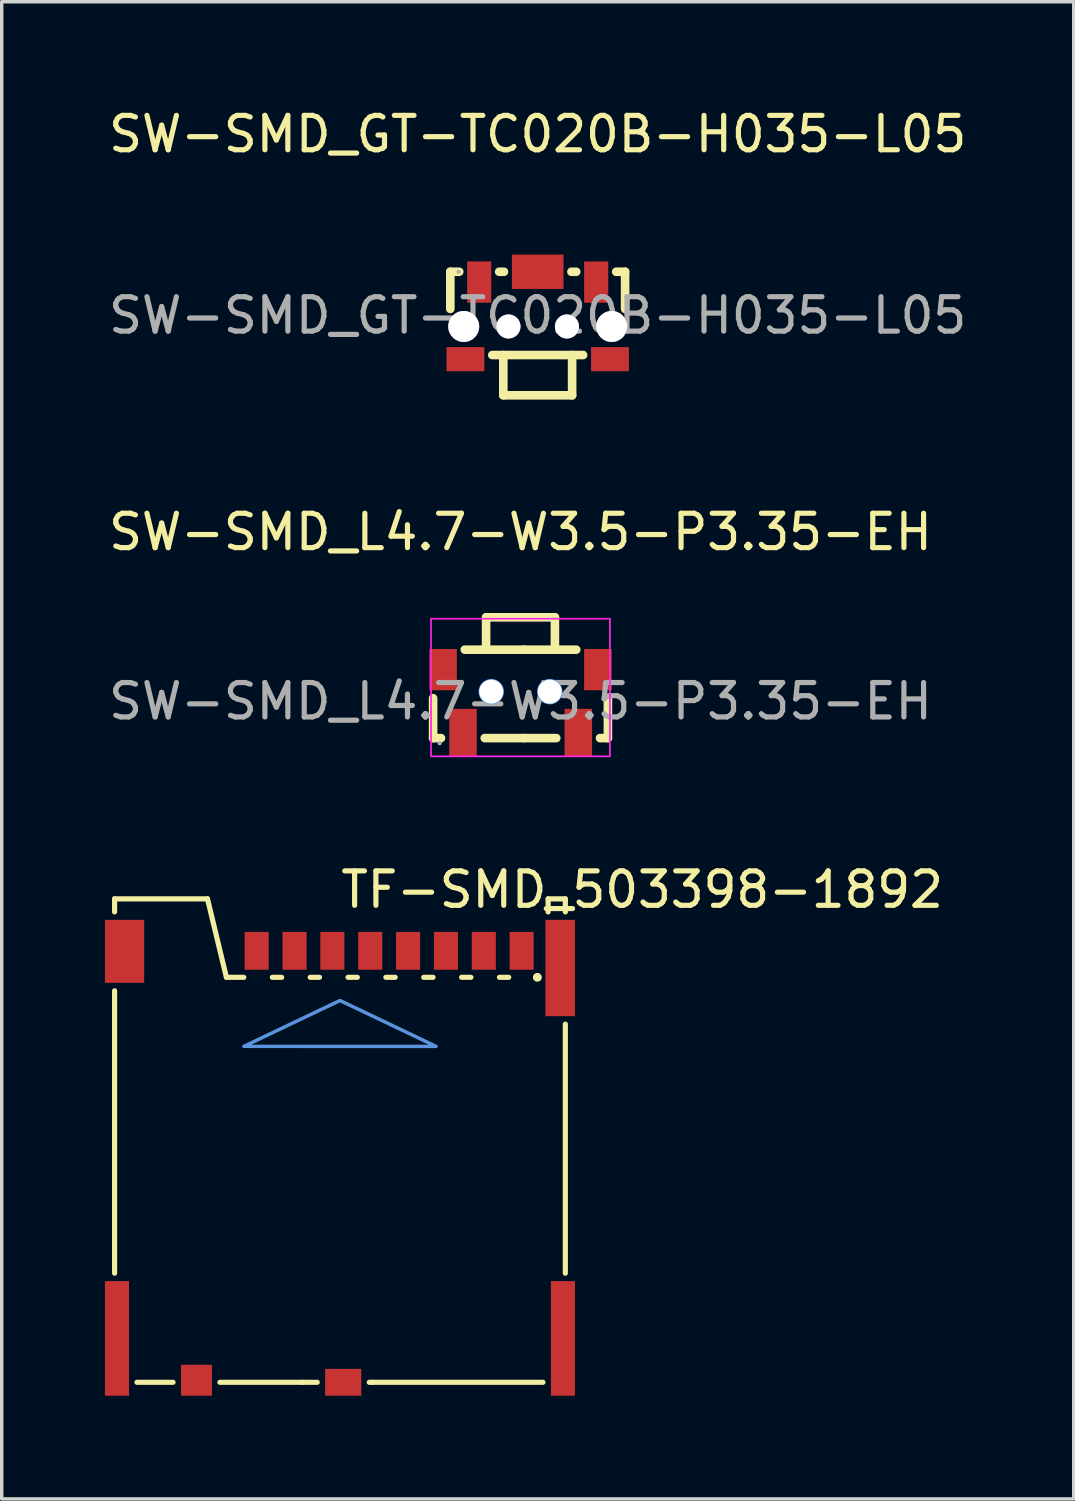
<source format=kicad_pcb>
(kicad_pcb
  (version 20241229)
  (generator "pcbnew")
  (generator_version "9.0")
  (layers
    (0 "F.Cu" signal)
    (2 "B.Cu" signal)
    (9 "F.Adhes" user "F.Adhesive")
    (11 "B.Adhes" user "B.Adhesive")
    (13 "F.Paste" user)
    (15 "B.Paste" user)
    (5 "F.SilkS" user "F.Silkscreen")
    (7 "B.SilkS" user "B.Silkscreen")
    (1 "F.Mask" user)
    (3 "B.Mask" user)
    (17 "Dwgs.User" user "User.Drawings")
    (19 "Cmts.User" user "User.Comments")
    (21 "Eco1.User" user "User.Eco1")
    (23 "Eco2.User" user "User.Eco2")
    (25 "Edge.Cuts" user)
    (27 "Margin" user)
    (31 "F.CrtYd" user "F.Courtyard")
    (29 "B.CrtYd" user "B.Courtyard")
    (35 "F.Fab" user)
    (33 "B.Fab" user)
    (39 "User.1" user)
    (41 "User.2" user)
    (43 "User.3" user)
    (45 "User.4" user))
  (footprint "SW-SMD_L4.7-W3.5-P3.35-EH"
    (layer "F.Cu")
    (at 12.077 17.331)
    (property "Reference" "SW-SMD_L4.7-W3.5-P3.35-EH" (at 0 -4.92 0) (layer "F.SilkS") (effects (font (size 1 1) (thickness 0.15))))
    (attr smd)
    (fp_line (start -2.54 1.07) (end -2.54 -0.09) (stroke (width 0.25) (type solid)) (layer "F.SilkS"))
    (fp_line (start -2.31 1.07) (end -2.54 1.07) (stroke (width 0.25) (type solid)) (layer "F.SilkS"))
    (fp_line (start -1 -2.44) (end -1 -1.5) (stroke (width 0.25) (type solid)) (layer "F.SilkS"))
    (fp_line (start -1 -2.44) (end 1 -2.44) (stroke (width 0.25) (type solid)) (layer "F.SilkS"))
    (fp_line (start 0.09 -1.5) (end -1.62 -1.5) (stroke (width 0.25) (type solid)) (layer "F.SilkS"))
    (fp_line (start 0.09 -1.5) (end 1.62 -1.5) (stroke (width 0.25) (type solid)) (layer "F.SilkS"))
    (fp_line (start 0.09 1.07) (end -1.04 1.07) (stroke (width 0.25) (type solid)) (layer "F.SilkS"))
    (fp_line (start 0.09 1.07) (end 1.04 1.07) (stroke (width 0.25) (type solid)) (layer "F.SilkS"))
    (fp_line (start 1 -2.44) (end 1 -1.52) (stroke (width 0.25) (type solid)) (layer "F.SilkS"))
    (fp_line (start 2.31 1.07) (end 2.54 1.07) (stroke (width 0.25) (type solid)) (layer "F.SilkS"))
    (fp_line (start 2.54 1.07) (end 2.54 -0.09) (stroke (width 0.25) (type solid)) (layer "F.SilkS"))
    (fp_circle (center -0.85 -0.28) (end -0.73 -0.28) (stroke (width 0.25) (type solid)) (fill no) (layer "Cmts.User"))
    (fp_circle (center 0.85 -0.28) (end 0.97 -0.28) (stroke (width 0.25) (type solid)) (fill no) (layer "Cmts.User"))
    (fp_rect (start -2.6 -2.4) (end 2.6 1.6) (stroke (width 0.05) (type default)) (fill no) (layer "F.CrtYd"))
    (fp_circle (center -2.35 1.22) (end -2.32 1.22) (stroke (width 0.06) (type solid)) (fill no) (layer "F.Fab"))
    (fp_text user "${REFERENCE}" (at 0 0 0) (layer "F.Fab") (effects (font (size 1 1) (thickness 0.15))))
    (pad "" smd rect (at -2.25 -0.92) (size 0.8 1.2) (layers "F.Cu" "F.Mask" "F.Paste"))
    (pad "" np_thru_hole circle (at -0.85 -0.28) (size 0.7 0.7) (drill 0.7) (layers "*.Cu" "*.Mask"))
    (pad "" np_thru_hole circle (at 0.85 -0.28) (size 0.7 0.7) (drill 0.7) (layers "*.Cu" "*.Mask"))
    (pad "" smd rect (at 2.25 -0.92) (size 0.8 1.2) (layers "F.Cu" "F.Mask" "F.Paste"))
    (pad "1" smd rect (at -1.67 0.92) (size 0.8 1.4) (layers "F.Cu" "F.Mask" "F.Paste"))
    (pad "2" smd rect (at 1.68 0.92) (size 0.8 1.4) (layers "F.Cu" "F.Mask" "F.Paste")))
  (footprint "SW-SMD_GT-TC020B-H035-L05"
    (layer "F.Cu")
    (at 12.577 6.118)
    (property "Reference" "SW-SMD_GT-TC020B-H035-L05" (at 0 -5.27 0) (layer "F.SilkS") (effects (font (size 1 1) (thickness 0.15))))
    (attr through_hole)
    (fp_line (start -2.54 -1.27) (end -2.54 -0.19) (stroke (width 0.25) (type solid)) (layer "F.SilkS"))
    (fp_line (start -2.28 -1.27) (end -2.54 -1.27) (stroke (width 0.25) (type solid)) (layer "F.SilkS"))
    (fp_line (start -1 2.32) (end -1 1.15) (stroke (width 0.25) (type solid)) (layer "F.SilkS"))
    (fp_line (start -0.98 -1.27) (end -1.12 -1.27) (stroke (width 0.25) (type solid)) (layer "F.SilkS"))
    (fp_line (start 1 2.32) (end -1 2.32) (stroke (width 0.25) (type solid)) (layer "F.SilkS"))
    (fp_line (start 1 2.32) (end 1 1.15) (stroke (width 0.25) (type solid)) (layer "F.SilkS"))
    (fp_line (start 1.12 -1.27) (end 0.98 -1.27) (stroke (width 0.25) (type solid)) (layer "F.SilkS"))
    (fp_line (start 1.32 1.15) (end -1.32 1.15) (stroke (width 0.25) (type solid)) (layer "F.SilkS"))
    (fp_line (start 2.28 -1.27) (end 2.54 -1.27) (stroke (width 0.25) (type solid)) (layer "F.SilkS"))
    (fp_line (start 2.54 -1.27) (end 2.54 -0.19) (stroke (width 0.25) (type solid)) (layer "F.SilkS"))
    (fp_circle (center -0.85 0.32) (end -0.7 0.32) (stroke (width 0.3) (type solid)) (fill no) (layer "Cmts.User"))
    (fp_circle (center 0.85 0.32) (end 1 0.32) (stroke (width 0.3) (type solid)) (fill no) (layer "Cmts.User"))
    (fp_circle (center -2.3 -1.27) (end -2.27 -1.27) (stroke (width 0.06) (type solid)) (fill no) (layer "F.Fab"))
    (fp_text user "${REFERENCE}" (at 0 0 0) (layer "F.Fab") (effects (font (size 1 1) (thickness 0.15))))
    (pad "" thru_hole circle (at -2.15 0.32) (size 0.9 0.9) (drill 0.9) (layers "*.Cu" "*.Mask"))
    (pad "" thru_hole circle (at -0.85 0.32) (size 0.7 0.7) (drill 0.7) (layers "*.Cu" "*.Mask"))
    (pad "" thru_hole circle (at 0.85 0.32) (size 0.7 0.7) (drill 0.7) (layers "*.Cu" "*.Mask"))
    (pad "" thru_hole circle (at 2.15 0.32) (size 0.9 0.9) (drill 0.9) (layers "*.Cu" "*.Mask"))
    (pad "1" smd rect (at -1.7 -0.97) (size 0.7 1.2) (layers "F.Cu" "F.Mask" "F.Paste"))
    (pad "2" smd rect (at 1.7 -0.97) (size 0.7 1.2) (layers "F.Cu" "F.Mask" "F.Paste"))
    (pad "3" smd rect (at 0 -1.27) (size 1.5 1) (layers "F.Cu" "F.Mask" "F.Paste"))
    (pad "4" smd rect (at -2.1 1.27) (size 1.1 0.7) (layers "F.Cu" "F.Mask" "F.Paste"))
    (pad "4" smd rect (at 2.1 1.27) (size 1.1 0.7) (layers "F.Cu" "F.Mask" "F.Paste")))
  (footprint "TF-SMD_503398-1892"
    (layer "F.Cu")
    (at 6.83 30.853)
    (property "Reference" "TF-SMD_503398-1892" (at -0.054 -8.048 0) (layer "F.SilkS") (effects (font (size 1 1) (thickness 0.15)) (justify left)))
    (attr smd)
    (fp_line (start -6.55 -7.78) (end -6.55 -7.401) (stroke (width 0.15) (type solid)) (layer "F.SilkS"))
    (fp_line (start -6.55 -7.78) (end -3.85 -7.78) (stroke (width 0.15) (type solid)) (layer "F.SilkS"))
    (fp_line (start -6.55 -5.109) (end -6.55 3.099) (stroke (width 0.15) (type solid)) (layer "F.SilkS"))
    (fp_line (start -4.851 6.27) (end -5.899 6.27) (stroke (width 0.15) (type solid)) (layer "F.SilkS"))
    (fp_line (start -3.85 -7.78) (end -3.3 -5.5) (stroke (width 0.15) (type solid)) (layer "F.SilkS"))
    (fp_line (start -3.3 -5.5) (end -2.795 -5.5) (stroke (width 0.15) (type solid)) (layer "F.SilkS"))
    (fp_line (start -1.965 -5.5) (end -1.695 -5.5) (stroke (width 0.15) (type solid)) (layer "F.SilkS"))
    (fp_line (start -1.1 6.27) (end -3.489 6.27) (stroke (width 0.15) (type solid)) (layer "F.SilkS"))
    (fp_line (start -0.865 -5.5) (end -0.595 -5.5) (stroke (width 0.15) (type solid)) (layer "F.SilkS"))
    (fp_line (start -0.661 6.27) (end -1.1 6.27) (stroke (width 0.15) (type solid)) (layer "F.SilkS"))
    (fp_line (start 0.235 -5.5) (end 0.505 -5.5) (stroke (width 0.15) (type solid)) (layer "F.SilkS"))
    (fp_line (start 0.935 6.27) (end 0.851 6.27) (stroke (width 0.15) (type solid)) (layer "F.SilkS"))
    (fp_line (start 0.935 6.27) (end 5.899 6.27) (stroke (width 0.15) (type solid)) (layer "F.SilkS"))
    (fp_line (start 1.335 -5.5) (end 1.605 -5.5) (stroke (width 0.15) (type solid)) (layer "F.SilkS"))
    (fp_line (start 2.435 -5.5) (end 2.705 -5.5) (stroke (width 0.15) (type solid)) (layer "F.SilkS"))
    (fp_line (start 3.535 -5.5) (end 3.805 -5.5) (stroke (width 0.15) (type solid)) (layer "F.SilkS"))
    (fp_line (start 4.635 -5.5) (end 4.905 -5.5) (stroke (width 0.15) (type solid)) (layer "F.SilkS"))
    (fp_line (start 5.735 -5.5) (end 5.739 -5.5) (stroke (width 0.254) (type solid)) (layer "F.SilkS"))
    (fp_line (start 6.05 -7.78) (end 6.05 -7.401) (stroke (width 0.15) (type solid)) (layer "F.SilkS"))
    (fp_line (start 6.55 -7.78) (end 6.05 -7.78) (stroke (width 0.15) (type solid)) (layer "F.SilkS"))
    (fp_line (start 6.55 -7.78) (end 6.55 -7.401) (stroke (width 0.15) (type solid)) (layer "F.SilkS"))
    (fp_line (start 6.55 -4.139) (end 6.55 3.099) (stroke (width 0.15) (type solid)) (layer "F.SilkS"))
    (fp_poly (pts (xy 2.794 -3.492) (xy -2.794 -3.493) (xy 0 -4.826)) (stroke (width 0.1) (type solid)) (fill no) (layer "Cmts.User"))
    (pad "1" smd rect (at -2.42 -6.27) (size 0.7 1.1) (layers "F.Cu" "F.Mask" "F.Paste"))
    (pad "2" smd rect (at -1.32 -6.27) (size 0.7 1.1) (layers "F.Cu" "F.Mask" "F.Paste"))
    (pad "3" smd rect (at -0.22 -6.27) (size 0.7 1.1) (layers "F.Cu" "F.Mask" "F.Paste"))
    (pad "4" smd rect (at 0.88 -6.27) (size 0.7 1.1) (layers "F.Cu" "F.Mask" "F.Paste"))
    (pad "5" smd rect (at 1.98 -6.27) (size 0.7 1.1) (layers "F.Cu" "F.Mask" "F.Paste"))
    (pad "6" smd rect (at 3.08 -6.27) (size 0.7 1.1) (layers "F.Cu" "F.Mask" "F.Paste"))
    (pad "7" smd rect (at 4.18 -6.27) (size 0.7 1.1) (layers "F.Cu" "F.Mask" "F.Paste"))
    (pad "8" smd rect (at 5.28 -6.27) (size 0.7 1.1) (layers "F.Cu" "F.Mask" "F.Paste"))
    (pad "9" smd rect (at 0.095 6.27) (size 1.05 0.78) (layers "F.Cu" "F.Mask" "F.Paste"))
    (pad "10" smd rect (at -4.17 6.21) (size 0.9 0.9) (layers "F.Cu" "F.Mask" "F.Paste"))
    (pad "11" smd rect (at -6.48 4.995) (size 0.7 3.33) (layers "F.Cu" "F.Mask" "F.Paste"))
    (pad "11" smd rect (at -6.26 -6.255) (size 1.14 1.83) (layers "F.Cu" "F.Mask" "F.Paste"))
    (pad "11" smd rect (at 6.4 -5.77) (size 0.86 2.8) (layers "F.Cu" "F.Mask" "F.Paste"))
    (pad "11" smd rect (at 6.48 4.995) (size 0.7 3.33) (layers "F.Cu" "F.Mask" "F.Paste")))
  (gr_rect
    (start -3 -3)
    (end 28.155 40.513)
    (stroke (width 0.1) (type default))
    (fill no)
    (layer "Edge.Cuts")))
</source>
